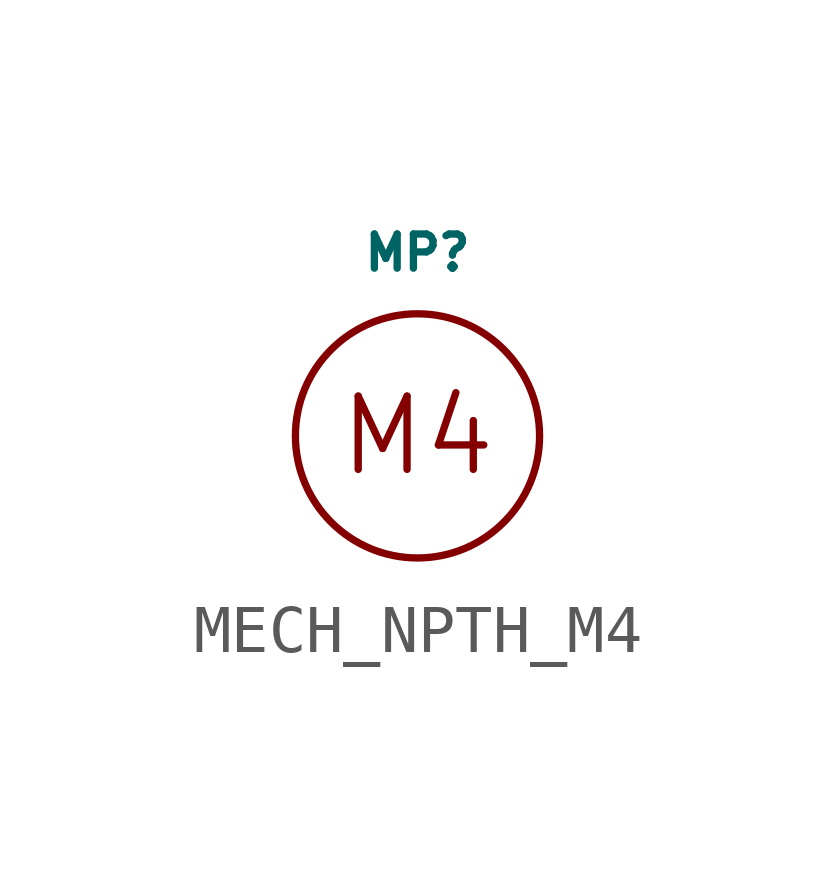
<source format=kicad_sym>
(kicad_symbol_lib
  (version 20211014)
  (generator kicad_symbol_editor)
  (symbol "MECH_NPTH_M4"
    (pin_names
      (offset 1.016))
    (property "Reference" "MP"
      (at 0 3.81 0)
      (effects (font (size 0.711 0.711))))
    (property "Datasheet" ""
      (at 0 0 0)
      (effects (font (size 1.524 1.524))))
    (symbol "MECH_NPTH_M4_0_0"
      (text "M4" (at 0 0 0) (effects (font (size 1.524 1.524)))))
    (symbol "MECH_NPTH_M4_0_1"
      (circle (center 0 0) (radius 2.54) (stroke (width 0) (type default) (color 0 0 0 0)) (fill (type none))))))
</source>
